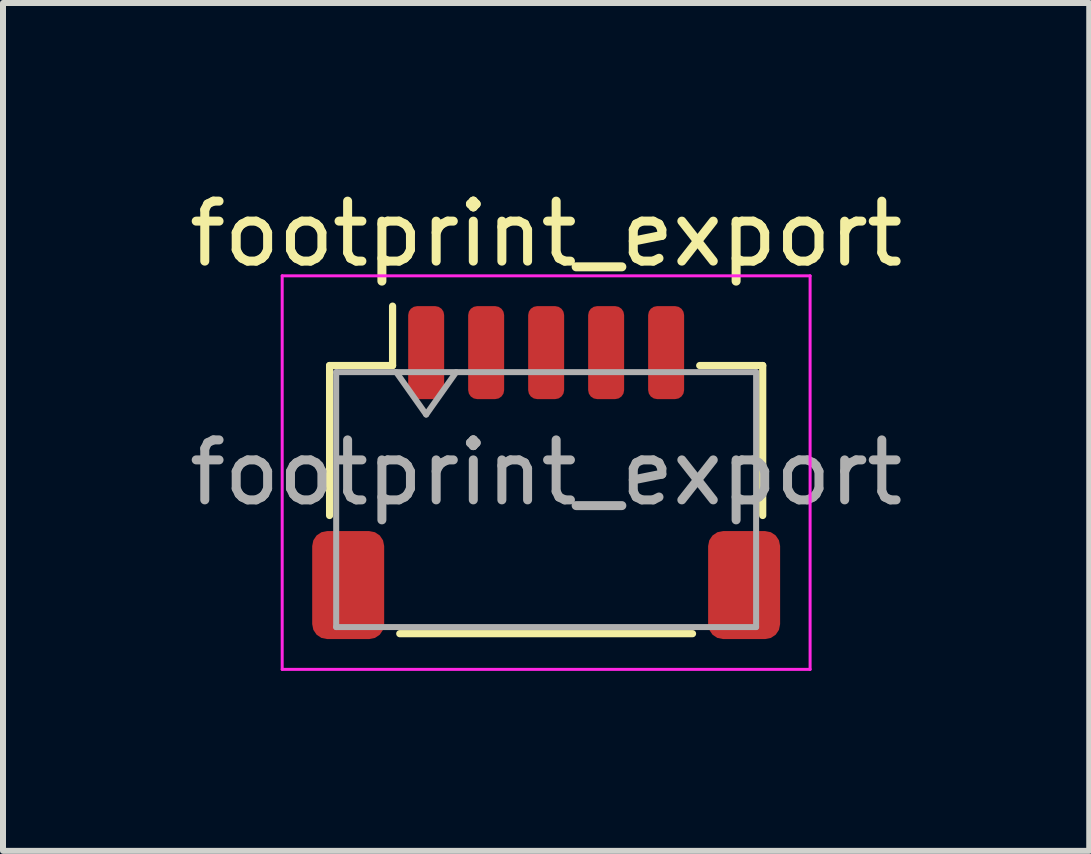
<source format=kicad_pcb>
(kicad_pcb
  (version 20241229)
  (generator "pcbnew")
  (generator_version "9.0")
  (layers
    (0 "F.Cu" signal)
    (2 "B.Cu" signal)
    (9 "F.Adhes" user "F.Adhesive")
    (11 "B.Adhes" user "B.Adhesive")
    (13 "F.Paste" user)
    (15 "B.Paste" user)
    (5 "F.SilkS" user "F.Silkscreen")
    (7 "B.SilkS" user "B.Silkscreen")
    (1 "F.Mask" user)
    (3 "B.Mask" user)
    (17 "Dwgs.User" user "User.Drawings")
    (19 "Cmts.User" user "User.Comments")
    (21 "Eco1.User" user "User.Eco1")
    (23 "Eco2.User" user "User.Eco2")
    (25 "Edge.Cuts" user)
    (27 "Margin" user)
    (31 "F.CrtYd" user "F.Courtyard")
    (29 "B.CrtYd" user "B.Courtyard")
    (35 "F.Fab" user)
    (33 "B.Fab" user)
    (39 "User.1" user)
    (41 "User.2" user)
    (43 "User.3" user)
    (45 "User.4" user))
  (footprint "footprint_export"
    (layer "F.Cu")
    (at 6.054 4.828)
    (property "Reference" "footprint_export" (at 0 -3.98 0) (layer "F.SilkS") (effects (font (size 1 1) (thickness 0.15))))
    (attr smd)
    (fp_line (start -3.61 -1.785) (end -2.56 -1.785) (stroke (width 0.12) (type solid)) (layer "F.SilkS"))
    (fp_line (start -3.61 0.715) (end -3.61 -1.785) (stroke (width 0.12) (type solid)) (layer "F.SilkS"))
    (fp_line (start -2.56 -1.785) (end -2.56 -2.775) (stroke (width 0.12) (type solid)) (layer "F.SilkS"))
    (fp_line (start -2.44 2.685) (end 2.44 2.685) (stroke (width 0.12) (type solid)) (layer "F.SilkS"))
    (fp_line (start 3.61 -1.785) (end 2.56 -1.785) (stroke (width 0.12) (type solid)) (layer "F.SilkS"))
    (fp_line (start 3.61 0.715) (end 3.61 -1.785) (stroke (width 0.12) (type solid)) (layer "F.SilkS"))
    (fp_line (start -4.4 -3.28) (end -4.4 3.28) (stroke (width 0.05) (type solid)) (layer "F.CrtYd"))
    (fp_line (start -4.4 3.28) (end 4.4 3.28) (stroke (width 0.05) (type solid)) (layer "F.CrtYd"))
    (fp_line (start 4.4 -3.28) (end -4.4 -3.28) (stroke (width 0.05) (type solid)) (layer "F.CrtYd"))
    (fp_line (start 4.4 3.28) (end 4.4 -3.28) (stroke (width 0.05) (type solid)) (layer "F.CrtYd"))
    (fp_line (start -3.5 -1.675) (end -3.5 2.575) (stroke (width 0.1) (type solid)) (layer "F.Fab"))
    (fp_line (start -3.5 -1.675) (end 3.5 -1.675) (stroke (width 0.1) (type solid)) (layer "F.Fab"))
    (fp_line (start -3.5 2.575) (end 3.5 2.575) (stroke (width 0.1) (type solid)) (layer "F.Fab"))
    (fp_line (start -2.5 -1.675) (end -2 -0.968) (stroke (width 0.1) (type solid)) (layer "F.Fab"))
    (fp_line (start -2 -0.968) (end -1.5 -1.675) (stroke (width 0.1) (type solid)) (layer "F.Fab"))
    (fp_line (start 3.5 -1.675) (end 3.5 2.575) (stroke (width 0.1) (type solid)) (layer "F.Fab"))
    (fp_text user "${REFERENCE}" (at 0 0 0) (layer "F.Fab") (effects (font (size 1 1) (thickness 0.15))))
    (pad "1" smd roundrect (at -2 -2) (size 0.6 1.55) (layers "F.Cu" "F.Mask" "F.Paste") (roundrect_rratio 0.25))
    (pad "2" smd roundrect (at -1 -2) (size 0.6 1.55) (layers "F.Cu" "F.Mask" "F.Paste") (roundrect_rratio 0.25))
    (pad "3" smd roundrect (at 0 -2) (size 0.6 1.55) (layers "F.Cu" "F.Mask" "F.Paste") (roundrect_rratio 0.25))
    (pad "4" smd roundrect (at 1 -2) (size 0.6 1.55) (layers "F.Cu" "F.Mask" "F.Paste") (roundrect_rratio 0.25))
    (pad "5" smd roundrect (at 2 -2) (size 0.6 1.55) (layers "F.Cu" "F.Mask" "F.Paste") (roundrect_rratio 0.25))
    (pad "MP" smd roundrect (at -3.3 1.875) (size 1.2 1.8) (layers "F.Cu" "F.Mask" "F.Paste") (roundrect_rratio 0.208))
    (pad "MP" smd roundrect (at 3.3 1.875) (size 1.2 1.8) (layers "F.Cu" "F.Mask" "F.Paste") (roundrect_rratio 0.208)))
  (gr_rect
    (start -3 -3)
    (end 15.107 11.133)
    (stroke (width 0.1) (type default))
    (fill no)
    (layer "Edge.Cuts")))
</source>
